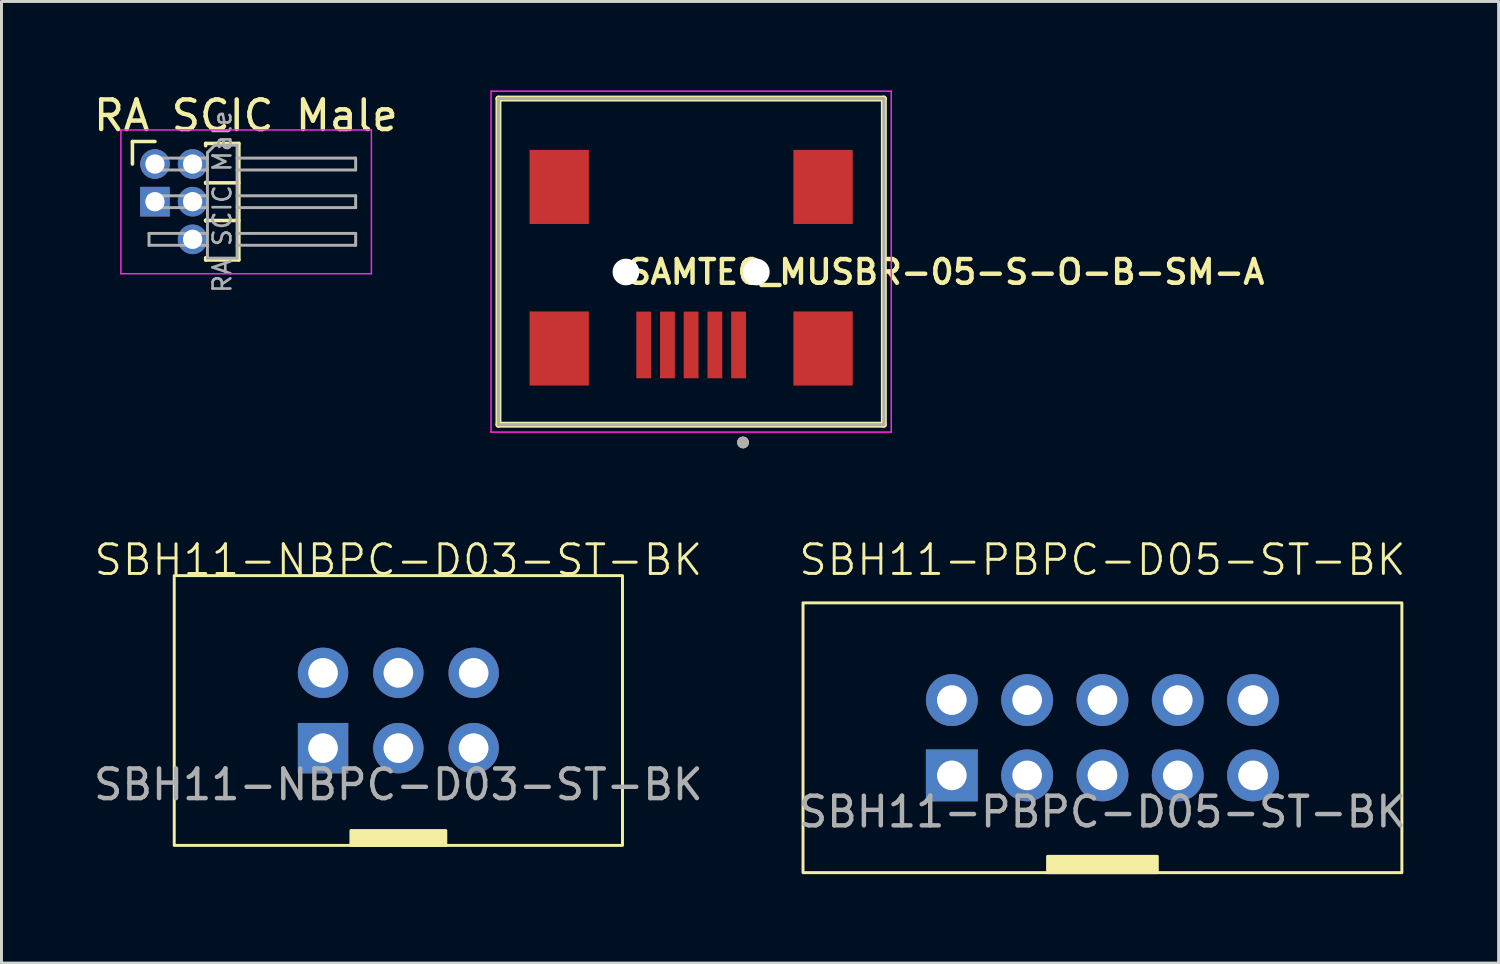
<source format=kicad_pcb>
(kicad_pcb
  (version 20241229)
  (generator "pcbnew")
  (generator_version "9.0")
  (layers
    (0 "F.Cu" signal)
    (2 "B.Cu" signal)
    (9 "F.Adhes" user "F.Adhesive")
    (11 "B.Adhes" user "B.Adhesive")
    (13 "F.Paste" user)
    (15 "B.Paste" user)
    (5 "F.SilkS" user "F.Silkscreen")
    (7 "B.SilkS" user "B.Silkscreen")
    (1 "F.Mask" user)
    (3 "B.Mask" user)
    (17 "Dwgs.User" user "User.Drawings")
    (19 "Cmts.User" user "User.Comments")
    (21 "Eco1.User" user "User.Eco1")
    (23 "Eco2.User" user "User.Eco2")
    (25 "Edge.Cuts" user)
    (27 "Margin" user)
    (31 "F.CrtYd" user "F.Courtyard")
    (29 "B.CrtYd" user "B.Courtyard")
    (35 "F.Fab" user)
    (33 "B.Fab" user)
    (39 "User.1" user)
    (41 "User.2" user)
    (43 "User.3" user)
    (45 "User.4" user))
  (footprint "SBH11-PBPC-D05-ST-BK"
    (layer "F.Cu")
    (at 34.137 21.835)
    (property "Reference" "SBH11-PBPC-D05-ST-BK" (at 0 -6 0) (unlocked yes) (layer "F.SilkS") (effects (font (size 1 1) (thickness 0.1))))
    (attr through_hole)
    (fp_rect (start -10.1 -4.55) (end 10.1 4.55) (stroke (width 0.1) (type default)) (fill no) (layer "F.SilkS"))
    (fp_rect (start -1.85 4) (end 1.85 4.55) (stroke (width 0.1) (type solid)) (fill yes) (layer "F.SilkS"))
    (fp_text user "${REFERENCE}" (at 0 2.5 0) (unlocked yes) (layer "F.Fab") (effects (font (size 1 1) (thickness 0.15))))
    (pad "1" thru_hole rect (at -5.08 1.27) (size 1.75 1.75) (drill 1) (layers "*.Cu" "*.Mask"))
    (pad "2" thru_hole circle (at -2.54 1.27) (size 1.75 1.75) (drill 1) (layers "*.Cu" "*.Mask"))
    (pad "3" thru_hole circle (at 0 1.27) (size 1.75 1.75) (drill 1) (layers "*.Cu" "*.Mask"))
    (pad "4" thru_hole circle (at 2.54 1.27) (size 1.75 1.75) (drill 1) (layers "*.Cu" "*.Mask"))
    (pad "5" thru_hole circle (at 5.08 1.27) (size 1.75 1.75) (drill 1) (layers "*.Cu" "*.Mask"))
    (pad "6" thru_hole circle (at 5.08 -1.27) (size 1.75 1.75) (drill 1) (layers "*.Cu" "*.Mask"))
    (pad "7" thru_hole circle (at 2.54 -1.27) (size 1.75 1.75) (drill 1) (layers "*.Cu" "*.Mask"))
    (pad "8" thru_hole circle (at 0 -1.27) (size 1.75 1.75) (drill 1) (layers "*.Cu" "*.Mask"))
    (pad "9" thru_hole circle (at -2.54 -1.27) (size 1.75 1.75) (drill 1) (layers "*.Cu" "*.Mask"))
    (pad "10" thru_hole circle (at -5.08 -1.27) (size 1.75 1.75) (drill 1) (layers "*.Cu" "*.Mask")))
  (footprint "SBH11-NBPC-D03-ST-BK"
    (layer "F.Cu")
    (at 10.387 20.916)
    (property "Reference" "SBH11-NBPC-D03-ST-BK" (at 0 -5.08 0) (unlocked yes) (layer "F.SilkS") (effects (font (size 1 1) (thickness 0.1))))
    (attr through_hole)
    (fp_rect (start -7.56 -4.55) (end 7.56 4.55) (stroke (width 0.1) (type default)) (fill no) (layer "F.SilkS"))
    (fp_rect (start -1.6 4.05) (end 1.6 4.55) (stroke (width 0.1) (type solid)) (fill yes) (layer "F.SilkS"))
    (fp_text user "${REFERENCE}" (at 0 2.5 0) (unlocked yes) (layer "F.Fab") (effects (font (size 1 1) (thickness 0.15))))
    (pad "1" thru_hole rect (at -2.54 1.27) (size 1.7 1.7) (drill 1) (layers "*.Cu" "*.Mask"))
    (pad "2" thru_hole circle (at 0 1.27) (size 1.7 1.7) (drill 1) (layers "*.Cu" "*.Mask"))
    (pad "3" thru_hole circle (at 2.54 1.27) (size 1.7 1.7) (drill 1) (layers "*.Cu" "*.Mask"))
    (pad "4" thru_hole circle (at 2.54 -1.27) (size 1.7 1.7) (drill 1) (layers "*.Cu" "*.Mask"))
    (pad "5" thru_hole circle (at 0 -1.27) (size 1.7 1.7) (drill 1) (layers "*.Cu" "*.Mask"))
    (pad "6" thru_hole circle (at -2.54 -1.27) (size 1.7 1.7) (drill 1) (layers "*.Cu" "*.Mask")))
  (footprint "RA SCIC Male"
    (layer "F.Cu")
    (at 2.177 2.483)
    (property "Reference" "RA SCIC Male" (at 3.067 -1.635 0) (layer "F.SilkS") (effects (font (size 1 1) (thickness 0.15))))
    (attr through_hole)
    (fp_line (start -0.76 -0.76) (end 0 -0.76) (stroke (width 0.12) (type solid)) (layer "F.SilkS"))
    (fp_line (start -0.76 0) (end -0.76 -0.76) (stroke (width 0.12) (type solid)) (layer "F.SilkS"))
    (fp_line (start 1.71 -0.695) (end 2.83 -0.695) (stroke (width 0.12) (type solid)) (layer "F.SilkS"))
    (fp_line (start 1.71 -0.62) (end 1.71 -0.695) (stroke (width 0.12) (type solid)) (layer "F.SilkS"))
    (fp_line (start 1.71 0.62) (end 1.71 0.65) (stroke (width 0.12) (type solid)) (layer "F.SilkS"))
    (fp_line (start 1.71 0.635) (end 2.83 0.635) (stroke (width 0.12) (type solid)) (layer "F.SilkS"))
    (fp_line (start 1.71 1.89) (end 1.71 1.92) (stroke (width 0.12) (type solid)) (layer "F.SilkS"))
    (fp_line (start 1.71 1.905) (end 2.83 1.905) (stroke (width 0.12) (type solid)) (layer "F.SilkS"))
    (fp_line (start 1.71 3.235) (end 1.71 3.16) (stroke (width 0.12) (type solid)) (layer "F.SilkS"))
    (fp_line (start 2.83 -0.695) (end 2.83 3.235) (stroke (width 0.12) (type solid)) (layer "F.SilkS"))
    (fp_line (start 2.83 3.235) (end 1.71 3.235) (stroke (width 0.12) (type solid)) (layer "F.SilkS"))
    (fp_line (start -1.15 -1.15) (end -1.15 3.7) (stroke (width 0.05) (type solid)) (layer "F.CrtYd"))
    (fp_line (start -1.15 3.7) (end 7.3 3.7) (stroke (width 0.05) (type solid)) (layer "F.CrtYd"))
    (fp_line (start 7.3 -1.15) (end -1.15 -1.15) (stroke (width 0.05) (type solid)) (layer "F.CrtYd"))
    (fp_line (start 7.3 3.7) (end 7.3 -1.15) (stroke (width 0.05) (type solid)) (layer "F.CrtYd"))
    (fp_line (start -0.2 -0.2) (end -0.2 0.2) (stroke (width 0.1) (type solid)) (layer "F.Fab"))
    (fp_line (start -0.2 -0.2) (end 1.77 -0.2) (stroke (width 0.1) (type solid)) (layer "F.Fab"))
    (fp_line (start -0.2 0.2) (end 1.77 0.2) (stroke (width 0.1) (type solid)) (layer "F.Fab"))
    (fp_line (start -0.2 1.07) (end -0.2 1.47) (stroke (width 0.1) (type solid)) (layer "F.Fab"))
    (fp_line (start -0.2 1.07) (end 1.77 1.07) (stroke (width 0.1) (type solid)) (layer "F.Fab"))
    (fp_line (start -0.2 1.47) (end 1.77 1.47) (stroke (width 0.1) (type solid)) (layer "F.Fab"))
    (fp_line (start -0.2 2.34) (end -0.2 2.74) (stroke (width 0.1) (type solid)) (layer "F.Fab"))
    (fp_line (start -0.2 2.34) (end 1.77 2.34) (stroke (width 0.1) (type solid)) (layer "F.Fab"))
    (fp_line (start -0.2 2.74) (end 1.77 2.74) (stroke (width 0.1) (type solid)) (layer "F.Fab"))
    (fp_line (start 1.77 -0.385) (end 2.02 -0.635) (stroke (width 0.1) (type solid)) (layer "F.Fab"))
    (fp_line (start 1.77 3.175) (end 1.77 -0.385) (stroke (width 0.1) (type solid)) (layer "F.Fab"))
    (fp_line (start 2.02 -0.635) (end 2.77 -0.635) (stroke (width 0.1) (type solid)) (layer "F.Fab"))
    (fp_line (start 2.77 -0.635) (end 2.77 3.175) (stroke (width 0.1) (type solid)) (layer "F.Fab"))
    (fp_line (start 2.77 -0.2) (end 6.77 -0.2) (stroke (width 0.1) (type solid)) (layer "F.Fab"))
    (fp_line (start 2.77 0.2) (end 6.77 0.2) (stroke (width 0.1) (type solid)) (layer "F.Fab"))
    (fp_line (start 2.77 1.07) (end 6.77 1.07) (stroke (width 0.1) (type solid)) (layer "F.Fab"))
    (fp_line (start 2.77 1.47) (end 6.77 1.47) (stroke (width 0.1) (type solid)) (layer "F.Fab"))
    (fp_line (start 2.77 2.34) (end 6.77 2.34) (stroke (width 0.1) (type solid)) (layer "F.Fab"))
    (fp_line (start 2.77 2.74) (end 6.77 2.74) (stroke (width 0.1) (type solid)) (layer "F.Fab"))
    (fp_line (start 2.77 3.175) (end 1.77 3.175) (stroke (width 0.1) (type solid)) (layer "F.Fab"))
    (fp_line (start 6.77 -0.2) (end 6.77 0.2) (stroke (width 0.1) (type solid)) (layer "F.Fab"))
    (fp_line (start 6.77 1.07) (end 6.77 1.47) (stroke (width 0.1) (type solid)) (layer "F.Fab"))
    (fp_line (start 6.77 2.34) (end 6.77 2.74) (stroke (width 0.1) (type solid)) (layer "F.Fab"))
    (fp_text user "${REFERENCE}" (at 2.27 1.27 90) (layer "F.Fab") (effects (font (size 0.6 0.6) (thickness 0.09))))
    (pad "1" thru_hole rect (at 0 1.27) (size 1 1) (drill 0.65) (layers "*.Cu" "*.Mask"))
    (pad "2" thru_hole oval (at 1.27 1.27) (size 1 1) (drill 0.65) (layers "*.Cu" "*.Mask"))
    (pad "3" thru_hole circle (at 0 0) (size 1 1) (drill 0.65) (layers "*.Cu" "*.Mask"))
    (pad "4" thru_hole oval (at 1.27 0) (size 1 1) (drill 0.65) (layers "*.Cu" "*.Mask"))
    (pad "5" thru_hole oval (at 1.27 2.54) (size 1 1) (drill 0.65) (layers "*.Cu" "*.Mask")))
  (footprint "SAMTEC_MUSBR-05-S-O-B-SM-A"
    (layer "F.Cu")
    (at 20.263 6.125)
    (property "Reference" "SAMTEC_MUSBR-05-S-O-B-SM-A" (at 8.6 0 0) (layer "F.SilkS") (effects (font (size 0.8 0.8) (thickness 0.15))))
    (attr smd)
    (fp_line (start -6.5 -5.85) (end 6.5 -5.85) (stroke (width 0.2) (type solid)) (layer "F.SilkS"))
    (fp_line (start -6.5 5.15) (end -6.5 -5.85) (stroke (width 0.2) (type solid)) (layer "F.SilkS"))
    (fp_line (start 6.5 -5.85) (end 6.5 5.15) (stroke (width 0.2) (type solid)) (layer "F.SilkS"))
    (fp_line (start 6.5 5.15) (end -6.5 5.15) (stroke (width 0.2) (type solid)) (layer "F.SilkS"))
    (fp_circle (center 1.75 5.75) (end 1.85 5.75) (stroke (width 0.2) (type solid)) (fill no) (layer "F.SilkS"))
    (fp_line (start -6.75 -6.1) (end 6.75 -6.1) (stroke (width 0.05) (type solid)) (layer "F.CrtYd"))
    (fp_line (start -6.75 5.4) (end -6.75 -6.1) (stroke (width 0.05) (type solid)) (layer "F.CrtYd"))
    (fp_line (start 6.75 -6.1) (end 6.75 5.4) (stroke (width 0.05) (type solid)) (layer "F.CrtYd"))
    (fp_line (start 6.75 5.4) (end -6.75 5.4) (stroke (width 0.05) (type solid)) (layer "F.CrtYd"))
    (fp_line (start -6.5 -5.85) (end 6.5 -5.85) (stroke (width 0.1) (type solid)) (layer "F.Fab"))
    (fp_line (start -6.5 5.15) (end -6.5 -5.85) (stroke (width 0.1) (type solid)) (layer "F.Fab"))
    (fp_line (start 6.5 -5.85) (end 6.5 5.15) (stroke (width 0.1) (type solid)) (layer "F.Fab"))
    (fp_line (start 6.5 5.15) (end -6.5 5.15) (stroke (width 0.1) (type solid)) (layer "F.Fab"))
    (fp_circle (center 1.75 5.75) (end 1.85 5.75) (stroke (width 0.2) (type solid)) (fill no) (layer "F.Fab"))
    (pad "" np_thru_hole circle (at -2.2 0) (size 0.9 0.9) (drill 0.9) (layers "*.Cu" "*.Mask"))
    (pad "" np_thru_hole circle (at 2.2 0) (size 0.9 0.9) (drill 0.9) (layers "*.Cu" "*.Mask"))
    (pad "01" smd rect (at 1.6 2.46) (size 0.5 2.25) (layers "F.Cu" "F.Mask" "F.Paste"))
    (pad "02" smd rect (at 0.8 2.46) (size 0.5 2.25) (layers "F.Cu" "F.Mask" "F.Paste"))
    (pad "03" smd rect (at 0 2.46) (size 0.5 2.25) (layers "F.Cu" "F.Mask" "F.Paste"))
    (pad "04" smd rect (at -0.8 2.46) (size 0.5 2.25) (layers "F.Cu" "F.Mask" "F.Paste"))
    (pad "05" smd rect (at -1.6 2.46) (size 0.5 2.25) (layers "F.Cu" "F.Mask" "F.Paste"))
    (pad "SH1" smd rect (at -4.45 -2.87) (size 2 2.5) (layers "F.Cu" "F.Mask" "F.Paste"))
    (pad "SH2" smd rect (at 4.45 -2.87) (size 2 2.5) (layers "F.Cu" "F.Mask" "F.Paste"))
    (pad "SH3" smd rect (at -4.45 2.58) (size 2 2.5) (layers "F.Cu" "F.Mask" "F.Paste"))
    (pad "SH4" smd rect (at 4.45 2.58) (size 2 2.5) (layers "F.Cu" "F.Mask" "F.Paste")))
  (gr_rect
    (start -3 -3)
    (end 47.5 29.436)
    (stroke (width 0.1) (type default))
    (fill no)
    (layer "Edge.Cuts")))
</source>
